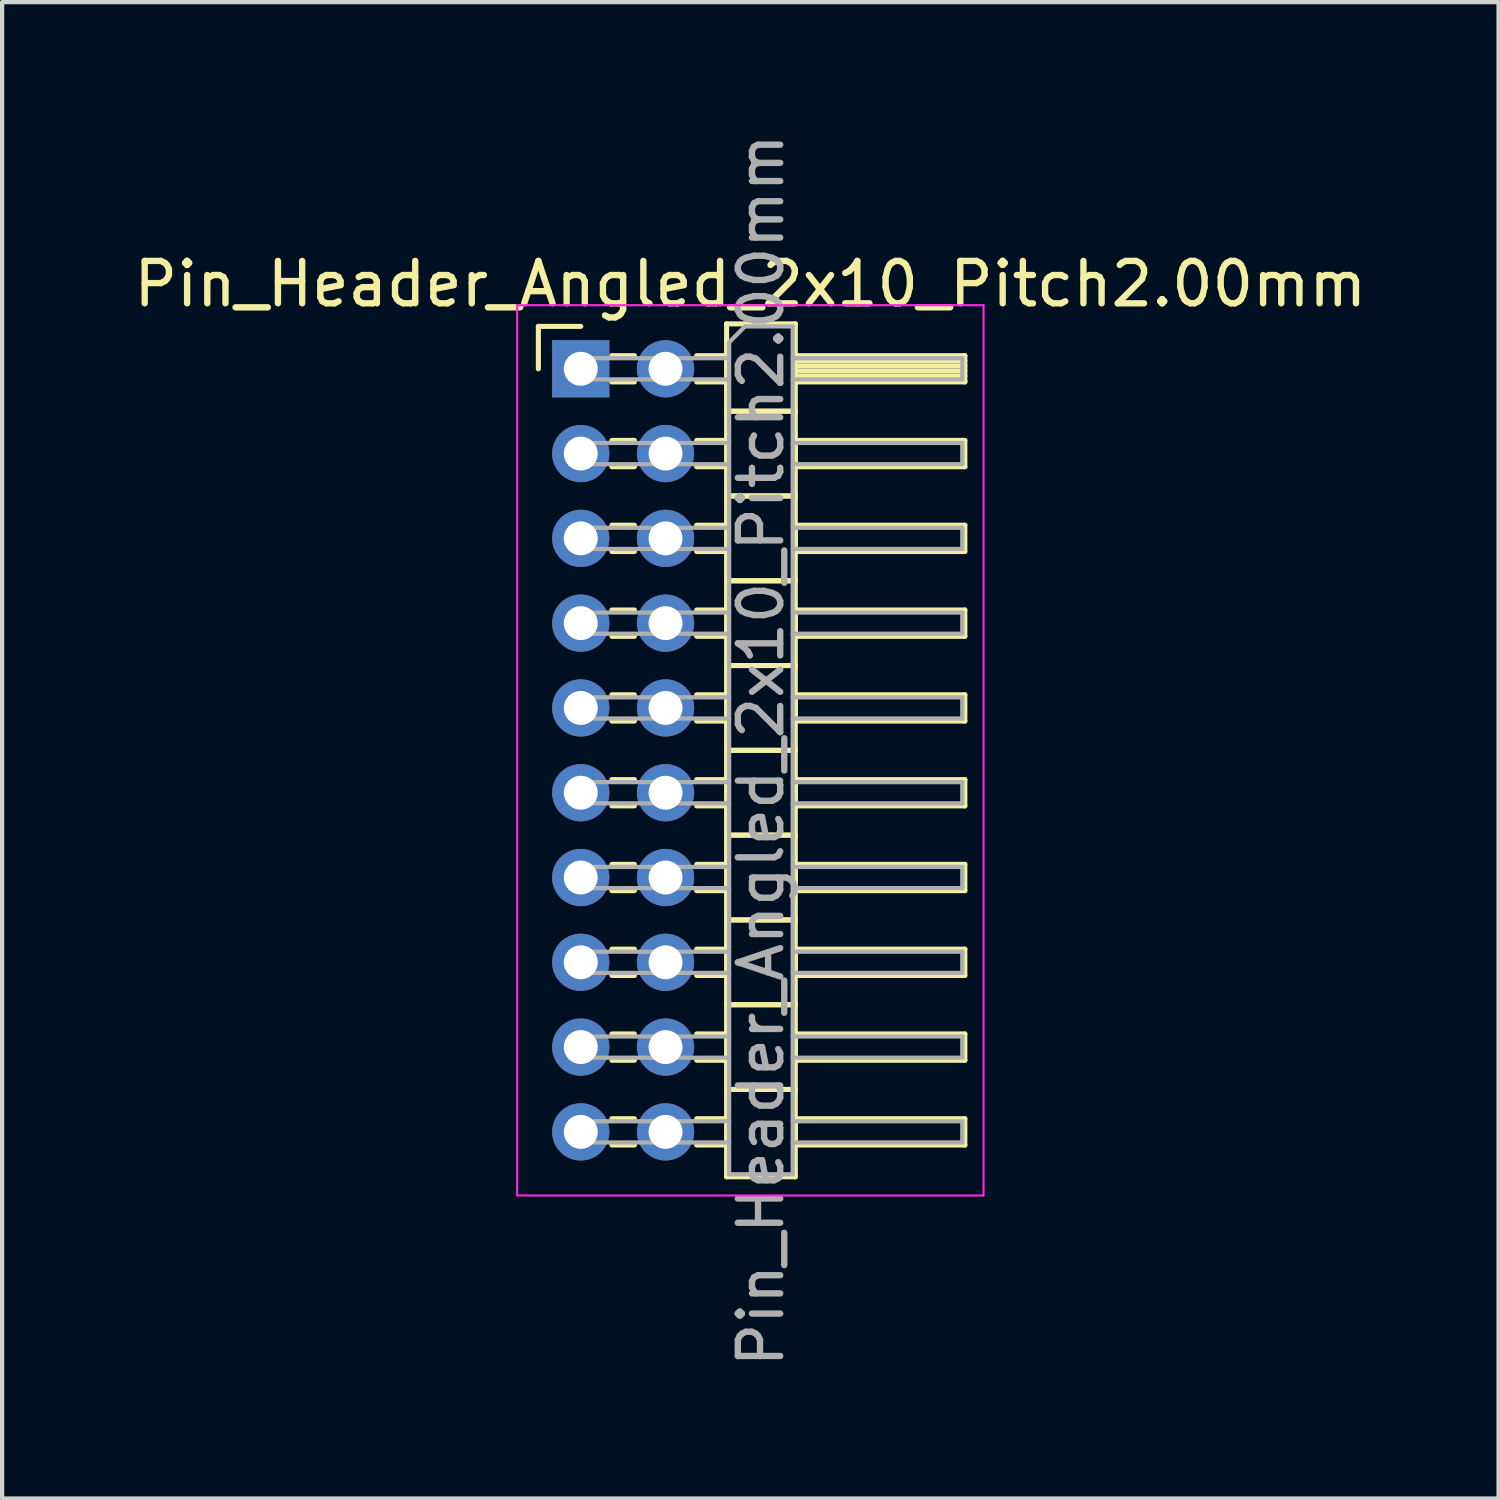
<source format=kicad_pcb>
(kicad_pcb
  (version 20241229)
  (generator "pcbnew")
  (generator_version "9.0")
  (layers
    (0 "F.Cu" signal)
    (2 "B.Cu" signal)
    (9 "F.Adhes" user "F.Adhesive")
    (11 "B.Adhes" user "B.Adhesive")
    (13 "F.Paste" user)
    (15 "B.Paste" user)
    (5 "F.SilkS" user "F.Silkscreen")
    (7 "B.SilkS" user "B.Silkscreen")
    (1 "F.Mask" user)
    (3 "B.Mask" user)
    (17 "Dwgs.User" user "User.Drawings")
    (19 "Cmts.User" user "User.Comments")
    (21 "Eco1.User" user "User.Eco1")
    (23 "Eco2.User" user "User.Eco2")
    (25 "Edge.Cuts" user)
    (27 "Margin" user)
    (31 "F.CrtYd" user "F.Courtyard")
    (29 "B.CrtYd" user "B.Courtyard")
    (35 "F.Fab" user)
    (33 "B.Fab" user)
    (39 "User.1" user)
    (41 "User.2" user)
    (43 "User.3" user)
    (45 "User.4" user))
  (footprint "Pin_Header_Angled_2x10_Pitch2.00mm"
    (layer "F.Cu")
    (at 10.649 5.649)
    (property "Reference" "Pin_Header_Angled_2x10_Pitch2.00mm" (at 4 -2 0) (layer "F.SilkS") (effects (font (size 1 1) (thickness 0.15))))
    (attr through_hole)
    (fp_line (start -1 -1) (end 0 -1) (stroke (width 0.12) (type solid)) (layer "F.SilkS"))
    (fp_line (start -1 0) (end -1 -1) (stroke (width 0.12) (type solid)) (layer "F.SilkS"))
    (fp_line (start 0.735 -0.31) (end 1.265 -0.31) (stroke (width 0.12) (type solid)) (layer "F.SilkS"))
    (fp_line (start 0.735 0.31) (end 1.265 0.31) (stroke (width 0.12) (type solid)) (layer "F.SilkS"))
    (fp_line (start 0.735 1.69) (end 1.265 1.69) (stroke (width 0.12) (type solid)) (layer "F.SilkS"))
    (fp_line (start 0.735 2.31) (end 1.265 2.31) (stroke (width 0.12) (type solid)) (layer "F.SilkS"))
    (fp_line (start 0.735 3.69) (end 1.265 3.69) (stroke (width 0.12) (type solid)) (layer "F.SilkS"))
    (fp_line (start 0.735 4.31) (end 1.265 4.31) (stroke (width 0.12) (type solid)) (layer "F.SilkS"))
    (fp_line (start 0.735 5.69) (end 1.265 5.69) (stroke (width 0.12) (type solid)) (layer "F.SilkS"))
    (fp_line (start 0.735 6.31) (end 1.265 6.31) (stroke (width 0.12) (type solid)) (layer "F.SilkS"))
    (fp_line (start 0.735 7.69) (end 1.265 7.69) (stroke (width 0.12) (type solid)) (layer "F.SilkS"))
    (fp_line (start 0.735 8.31) (end 1.265 8.31) (stroke (width 0.12) (type solid)) (layer "F.SilkS"))
    (fp_line (start 0.735 9.69) (end 1.265 9.69) (stroke (width 0.12) (type solid)) (layer "F.SilkS"))
    (fp_line (start 0.735 10.31) (end 1.265 10.31) (stroke (width 0.12) (type solid)) (layer "F.SilkS"))
    (fp_line (start 0.735 11.69) (end 1.265 11.69) (stroke (width 0.12) (type solid)) (layer "F.SilkS"))
    (fp_line (start 0.735 12.31) (end 1.265 12.31) (stroke (width 0.12) (type solid)) (layer "F.SilkS"))
    (fp_line (start 0.735 13.69) (end 1.265 13.69) (stroke (width 0.12) (type solid)) (layer "F.SilkS"))
    (fp_line (start 0.735 14.31) (end 1.265 14.31) (stroke (width 0.12) (type solid)) (layer "F.SilkS"))
    (fp_line (start 0.735 15.69) (end 1.265 15.69) (stroke (width 0.12) (type solid)) (layer "F.SilkS"))
    (fp_line (start 0.735 16.31) (end 1.265 16.31) (stroke (width 0.12) (type solid)) (layer "F.SilkS"))
    (fp_line (start 0.735 17.69) (end 1.265 17.69) (stroke (width 0.12) (type solid)) (layer "F.SilkS"))
    (fp_line (start 0.735 18.31) (end 1.265 18.31) (stroke (width 0.12) (type solid)) (layer "F.SilkS"))
    (fp_line (start 2.735 -0.31) (end 3.44 -0.31) (stroke (width 0.12) (type solid)) (layer "F.SilkS"))
    (fp_line (start 2.735 0.31) (end 3.44 0.31) (stroke (width 0.12) (type solid)) (layer "F.SilkS"))
    (fp_line (start 2.735 1.69) (end 3.44 1.69) (stroke (width 0.12) (type solid)) (layer "F.SilkS"))
    (fp_line (start 2.735 2.31) (end 3.44 2.31) (stroke (width 0.12) (type solid)) (layer "F.SilkS"))
    (fp_line (start 2.735 3.69) (end 3.44 3.69) (stroke (width 0.12) (type solid)) (layer "F.SilkS"))
    (fp_line (start 2.735 4.31) (end 3.44 4.31) (stroke (width 0.12) (type solid)) (layer "F.SilkS"))
    (fp_line (start 2.735 5.69) (end 3.44 5.69) (stroke (width 0.12) (type solid)) (layer "F.SilkS"))
    (fp_line (start 2.735 6.31) (end 3.44 6.31) (stroke (width 0.12) (type solid)) (layer "F.SilkS"))
    (fp_line (start 2.735 7.69) (end 3.44 7.69) (stroke (width 0.12) (type solid)) (layer "F.SilkS"))
    (fp_line (start 2.735 8.31) (end 3.44 8.31) (stroke (width 0.12) (type solid)) (layer "F.SilkS"))
    (fp_line (start 2.735 9.69) (end 3.44 9.69) (stroke (width 0.12) (type solid)) (layer "F.SilkS"))
    (fp_line (start 2.735 10.31) (end 3.44 10.31) (stroke (width 0.12) (type solid)) (layer "F.SilkS"))
    (fp_line (start 2.735 11.69) (end 3.44 11.69) (stroke (width 0.12) (type solid)) (layer "F.SilkS"))
    (fp_line (start 2.735 12.31) (end 3.44 12.31) (stroke (width 0.12) (type solid)) (layer "F.SilkS"))
    (fp_line (start 2.735 13.69) (end 3.44 13.69) (stroke (width 0.12) (type solid)) (layer "F.SilkS"))
    (fp_line (start 2.735 14.31) (end 3.44 14.31) (stroke (width 0.12) (type solid)) (layer "F.SilkS"))
    (fp_line (start 2.735 15.69) (end 3.44 15.69) (stroke (width 0.12) (type solid)) (layer "F.SilkS"))
    (fp_line (start 2.735 16.31) (end 3.44 16.31) (stroke (width 0.12) (type solid)) (layer "F.SilkS"))
    (fp_line (start 2.735 17.69) (end 3.44 17.69) (stroke (width 0.12) (type solid)) (layer "F.SilkS"))
    (fp_line (start 2.735 18.31) (end 3.44 18.31) (stroke (width 0.12) (type solid)) (layer "F.SilkS"))
    (fp_line (start 3.44 -1.06) (end 3.44 1) (stroke (width 0.12) (type solid)) (layer "F.SilkS"))
    (fp_line (start 3.44 1) (end 3.44 3) (stroke (width 0.12) (type solid)) (layer "F.SilkS"))
    (fp_line (start 3.44 1) (end 5.06 1) (stroke (width 0.12) (type solid)) (layer "F.SilkS"))
    (fp_line (start 3.44 3) (end 3.44 5) (stroke (width 0.12) (type solid)) (layer "F.SilkS"))
    (fp_line (start 3.44 3) (end 5.06 3) (stroke (width 0.12) (type solid)) (layer "F.SilkS"))
    (fp_line (start 3.44 5) (end 3.44 7) (stroke (width 0.12) (type solid)) (layer "F.SilkS"))
    (fp_line (start 3.44 5) (end 5.06 5) (stroke (width 0.12) (type solid)) (layer "F.SilkS"))
    (fp_line (start 3.44 7) (end 3.44 9) (stroke (width 0.12) (type solid)) (layer "F.SilkS"))
    (fp_line (start 3.44 7) (end 5.06 7) (stroke (width 0.12) (type solid)) (layer "F.SilkS"))
    (fp_line (start 3.44 9) (end 3.44 11) (stroke (width 0.12) (type solid)) (layer "F.SilkS"))
    (fp_line (start 3.44 9) (end 5.06 9) (stroke (width 0.12) (type solid)) (layer "F.SilkS"))
    (fp_line (start 3.44 11) (end 3.44 13) (stroke (width 0.12) (type solid)) (layer "F.SilkS"))
    (fp_line (start 3.44 11) (end 5.06 11) (stroke (width 0.12) (type solid)) (layer "F.SilkS"))
    (fp_line (start 3.44 13) (end 3.44 15) (stroke (width 0.12) (type solid)) (layer "F.SilkS"))
    (fp_line (start 3.44 13) (end 5.06 13) (stroke (width 0.12) (type solid)) (layer "F.SilkS"))
    (fp_line (start 3.44 15) (end 3.44 17) (stroke (width 0.12) (type solid)) (layer "F.SilkS"))
    (fp_line (start 3.44 15) (end 5.06 15) (stroke (width 0.12) (type solid)) (layer "F.SilkS"))
    (fp_line (start 3.44 17) (end 3.44 19.06) (stroke (width 0.12) (type solid)) (layer "F.SilkS"))
    (fp_line (start 3.44 17) (end 5.06 17) (stroke (width 0.12) (type solid)) (layer "F.SilkS"))
    (fp_line (start 3.44 19.06) (end 5.06 19.06) (stroke (width 0.12) (type solid)) (layer "F.SilkS"))
    (fp_line (start 5.06 -1.06) (end 3.44 -1.06) (stroke (width 0.12) (type solid)) (layer "F.SilkS"))
    (fp_line (start 5.06 -0.31) (end 5.06 0.31) (stroke (width 0.12) (type solid)) (layer "F.SilkS"))
    (fp_line (start 5.06 -0.19) (end 9.06 -0.19) (stroke (width 0.12) (type solid)) (layer "F.SilkS"))
    (fp_line (start 5.06 -0.07) (end 9.06 -0.07) (stroke (width 0.12) (type solid)) (layer "F.SilkS"))
    (fp_line (start 5.06 0.05) (end 9.06 0.05) (stroke (width 0.12) (type solid)) (layer "F.SilkS"))
    (fp_line (start 5.06 0.17) (end 9.06 0.17) (stroke (width 0.12) (type solid)) (layer "F.SilkS"))
    (fp_line (start 5.06 0.29) (end 9.06 0.29) (stroke (width 0.12) (type solid)) (layer "F.SilkS"))
    (fp_line (start 5.06 0.31) (end 9.06 0.31) (stroke (width 0.12) (type solid)) (layer "F.SilkS"))
    (fp_line (start 5.06 1) (end 3.44 1) (stroke (width 0.12) (type solid)) (layer "F.SilkS"))
    (fp_line (start 5.06 1) (end 5.06 -1.06) (stroke (width 0.12) (type solid)) (layer "F.SilkS"))
    (fp_line (start 5.06 1.69) (end 5.06 2.31) (stroke (width 0.12) (type solid)) (layer "F.SilkS"))
    (fp_line (start 5.06 2.31) (end 9.06 2.31) (stroke (width 0.12) (type solid)) (layer "F.SilkS"))
    (fp_line (start 5.06 3) (end 3.44 3) (stroke (width 0.12) (type solid)) (layer "F.SilkS"))
    (fp_line (start 5.06 3) (end 5.06 1) (stroke (width 0.12) (type solid)) (layer "F.SilkS"))
    (fp_line (start 5.06 3.69) (end 5.06 4.31) (stroke (width 0.12) (type solid)) (layer "F.SilkS"))
    (fp_line (start 5.06 4.31) (end 9.06 4.31) (stroke (width 0.12) (type solid)) (layer "F.SilkS"))
    (fp_line (start 5.06 5) (end 3.44 5) (stroke (width 0.12) (type solid)) (layer "F.SilkS"))
    (fp_line (start 5.06 5) (end 5.06 3) (stroke (width 0.12) (type solid)) (layer "F.SilkS"))
    (fp_line (start 5.06 5.69) (end 5.06 6.31) (stroke (width 0.12) (type solid)) (layer "F.SilkS"))
    (fp_line (start 5.06 6.31) (end 9.06 6.31) (stroke (width 0.12) (type solid)) (layer "F.SilkS"))
    (fp_line (start 5.06 7) (end 3.44 7) (stroke (width 0.12) (type solid)) (layer "F.SilkS"))
    (fp_line (start 5.06 7) (end 5.06 5) (stroke (width 0.12) (type solid)) (layer "F.SilkS"))
    (fp_line (start 5.06 7.69) (end 5.06 8.31) (stroke (width 0.12) (type solid)) (layer "F.SilkS"))
    (fp_line (start 5.06 8.31) (end 9.06 8.31) (stroke (width 0.12) (type solid)) (layer "F.SilkS"))
    (fp_line (start 5.06 9) (end 3.44 9) (stroke (width 0.12) (type solid)) (layer "F.SilkS"))
    (fp_line (start 5.06 9) (end 5.06 7) (stroke (width 0.12) (type solid)) (layer "F.SilkS"))
    (fp_line (start 5.06 9.69) (end 5.06 10.31) (stroke (width 0.12) (type solid)) (layer "F.SilkS"))
    (fp_line (start 5.06 10.31) (end 9.06 10.31) (stroke (width 0.12) (type solid)) (layer "F.SilkS"))
    (fp_line (start 5.06 11) (end 3.44 11) (stroke (width 0.12) (type solid)) (layer "F.SilkS"))
    (fp_line (start 5.06 11) (end 5.06 9) (stroke (width 0.12) (type solid)) (layer "F.SilkS"))
    (fp_line (start 5.06 11.69) (end 5.06 12.31) (stroke (width 0.12) (type solid)) (layer "F.SilkS"))
    (fp_line (start 5.06 12.31) (end 9.06 12.31) (stroke (width 0.12) (type solid)) (layer "F.SilkS"))
    (fp_line (start 5.06 13) (end 3.44 13) (stroke (width 0.12) (type solid)) (layer "F.SilkS"))
    (fp_line (start 5.06 13) (end 5.06 11) (stroke (width 0.12) (type solid)) (layer "F.SilkS"))
    (fp_line (start 5.06 13.69) (end 5.06 14.31) (stroke (width 0.12) (type solid)) (layer "F.SilkS"))
    (fp_line (start 5.06 14.31) (end 9.06 14.31) (stroke (width 0.12) (type solid)) (layer "F.SilkS"))
    (fp_line (start 5.06 15) (end 3.44 15) (stroke (width 0.12) (type solid)) (layer "F.SilkS"))
    (fp_line (start 5.06 15) (end 5.06 13) (stroke (width 0.12) (type solid)) (layer "F.SilkS"))
    (fp_line (start 5.06 15.69) (end 5.06 16.31) (stroke (width 0.12) (type solid)) (layer "F.SilkS"))
    (fp_line (start 5.06 16.31) (end 9.06 16.31) (stroke (width 0.12) (type solid)) (layer "F.SilkS"))
    (fp_line (start 5.06 17) (end 3.44 17) (stroke (width 0.12) (type solid)) (layer "F.SilkS"))
    (fp_line (start 5.06 17) (end 5.06 15) (stroke (width 0.12) (type solid)) (layer "F.SilkS"))
    (fp_line (start 5.06 17.69) (end 5.06 18.31) (stroke (width 0.12) (type solid)) (layer "F.SilkS"))
    (fp_line (start 5.06 18.31) (end 9.06 18.31) (stroke (width 0.12) (type solid)) (layer "F.SilkS"))
    (fp_line (start 5.06 19.06) (end 5.06 17) (stroke (width 0.12) (type solid)) (layer "F.SilkS"))
    (fp_line (start 9.06 -0.31) (end 5.06 -0.31) (stroke (width 0.12) (type solid)) (layer "F.SilkS"))
    (fp_line (start 9.06 0.31) (end 9.06 -0.31) (stroke (width 0.12) (type solid)) (layer "F.SilkS"))
    (fp_line (start 9.06 1.69) (end 5.06 1.69) (stroke (width 0.12) (type solid)) (layer "F.SilkS"))
    (fp_line (start 9.06 2.31) (end 9.06 1.69) (stroke (width 0.12) (type solid)) (layer "F.SilkS"))
    (fp_line (start 9.06 3.69) (end 5.06 3.69) (stroke (width 0.12) (type solid)) (layer "F.SilkS"))
    (fp_line (start 9.06 4.31) (end 9.06 3.69) (stroke (width 0.12) (type solid)) (layer "F.SilkS"))
    (fp_line (start 9.06 5.69) (end 5.06 5.69) (stroke (width 0.12) (type solid)) (layer "F.SilkS"))
    (fp_line (start 9.06 6.31) (end 9.06 5.69) (stroke (width 0.12) (type solid)) (layer "F.SilkS"))
    (fp_line (start 9.06 7.69) (end 5.06 7.69) (stroke (width 0.12) (type solid)) (layer "F.SilkS"))
    (fp_line (start 9.06 8.31) (end 9.06 7.69) (stroke (width 0.12) (type solid)) (layer "F.SilkS"))
    (fp_line (start 9.06 9.69) (end 5.06 9.69) (stroke (width 0.12) (type solid)) (layer "F.SilkS"))
    (fp_line (start 9.06 10.31) (end 9.06 9.69) (stroke (width 0.12) (type solid)) (layer "F.SilkS"))
    (fp_line (start 9.06 11.69) (end 5.06 11.69) (stroke (width 0.12) (type solid)) (layer "F.SilkS"))
    (fp_line (start 9.06 12.31) (end 9.06 11.69) (stroke (width 0.12) (type solid)) (layer "F.SilkS"))
    (fp_line (start 9.06 13.69) (end 5.06 13.69) (stroke (width 0.12) (type solid)) (layer "F.SilkS"))
    (fp_line (start 9.06 14.31) (end 9.06 13.69) (stroke (width 0.12) (type solid)) (layer "F.SilkS"))
    (fp_line (start 9.06 15.69) (end 5.06 15.69) (stroke (width 0.12) (type solid)) (layer "F.SilkS"))
    (fp_line (start 9.06 16.31) (end 9.06 15.69) (stroke (width 0.12) (type solid)) (layer "F.SilkS"))
    (fp_line (start 9.06 17.69) (end 5.06 17.69) (stroke (width 0.12) (type solid)) (layer "F.SilkS"))
    (fp_line (start 9.06 18.31) (end 9.06 17.69) (stroke (width 0.12) (type solid)) (layer "F.SilkS"))
    (fp_line (start -1.5 -1.5) (end -1.5 19.5) (stroke (width 0.05) (type solid)) (layer "F.CrtYd"))
    (fp_line (start -1.5 19.5) (end 9.5 19.5) (stroke (width 0.05) (type solid)) (layer "F.CrtYd"))
    (fp_line (start 9.5 -1.5) (end -1.5 -1.5) (stroke (width 0.05) (type solid)) (layer "F.CrtYd"))
    (fp_line (start 9.5 19.5) (end 9.5 -1.5) (stroke (width 0.05) (type solid)) (layer "F.CrtYd"))
    (fp_line (start -0.25 -0.25) (end -0.25 0.25) (stroke (width 0.1) (type solid)) (layer "F.Fab"))
    (fp_line (start -0.25 -0.25) (end 3.5 -0.25) (stroke (width 0.1) (type solid)) (layer "F.Fab"))
    (fp_line (start -0.25 0.25) (end 3.5 0.25) (stroke (width 0.1) (type solid)) (layer "F.Fab"))
    (fp_line (start -0.25 1.75) (end -0.25 2.25) (stroke (width 0.1) (type solid)) (layer "F.Fab"))
    (fp_line (start -0.25 1.75) (end 3.5 1.75) (stroke (width 0.1) (type solid)) (layer "F.Fab"))
    (fp_line (start -0.25 2.25) (end 3.5 2.25) (stroke (width 0.1) (type solid)) (layer "F.Fab"))
    (fp_line (start -0.25 3.75) (end -0.25 4.25) (stroke (width 0.1) (type solid)) (layer "F.Fab"))
    (fp_line (start -0.25 3.75) (end 3.5 3.75) (stroke (width 0.1) (type solid)) (layer "F.Fab"))
    (fp_line (start -0.25 4.25) (end 3.5 4.25) (stroke (width 0.1) (type solid)) (layer "F.Fab"))
    (fp_line (start -0.25 5.75) (end -0.25 6.25) (stroke (width 0.1) (type solid)) (layer "F.Fab"))
    (fp_line (start -0.25 5.75) (end 3.5 5.75) (stroke (width 0.1) (type solid)) (layer "F.Fab"))
    (fp_line (start -0.25 6.25) (end 3.5 6.25) (stroke (width 0.1) (type solid)) (layer "F.Fab"))
    (fp_line (start -0.25 7.75) (end -0.25 8.25) (stroke (width 0.1) (type solid)) (layer "F.Fab"))
    (fp_line (start -0.25 7.75) (end 3.5 7.75) (stroke (width 0.1) (type solid)) (layer "F.Fab"))
    (fp_line (start -0.25 8.25) (end 3.5 8.25) (stroke (width 0.1) (type solid)) (layer "F.Fab"))
    (fp_line (start -0.25 9.75) (end -0.25 10.25) (stroke (width 0.1) (type solid)) (layer "F.Fab"))
    (fp_line (start -0.25 9.75) (end 3.5 9.75) (stroke (width 0.1) (type solid)) (layer "F.Fab"))
    (fp_line (start -0.25 10.25) (end 3.5 10.25) (stroke (width 0.1) (type solid)) (layer "F.Fab"))
    (fp_line (start -0.25 11.75) (end -0.25 12.25) (stroke (width 0.1) (type solid)) (layer "F.Fab"))
    (fp_line (start -0.25 11.75) (end 3.5 11.75) (stroke (width 0.1) (type solid)) (layer "F.Fab"))
    (fp_line (start -0.25 12.25) (end 3.5 12.25) (stroke (width 0.1) (type solid)) (layer "F.Fab"))
    (fp_line (start -0.25 13.75) (end -0.25 14.25) (stroke (width 0.1) (type solid)) (layer "F.Fab"))
    (fp_line (start -0.25 13.75) (end 3.5 13.75) (stroke (width 0.1) (type solid)) (layer "F.Fab"))
    (fp_line (start -0.25 14.25) (end 3.5 14.25) (stroke (width 0.1) (type solid)) (layer "F.Fab"))
    (fp_line (start -0.25 15.75) (end -0.25 16.25) (stroke (width 0.1) (type solid)) (layer "F.Fab"))
    (fp_line (start -0.25 15.75) (end 3.5 15.75) (stroke (width 0.1) (type solid)) (layer "F.Fab"))
    (fp_line (start -0.25 16.25) (end 3.5 16.25) (stroke (width 0.1) (type solid)) (layer "F.Fab"))
    (fp_line (start -0.25 17.75) (end -0.25 18.25) (stroke (width 0.1) (type solid)) (layer "F.Fab"))
    (fp_line (start -0.25 17.75) (end 3.5 17.75) (stroke (width 0.1) (type solid)) (layer "F.Fab"))
    (fp_line (start -0.25 18.25) (end 3.5 18.25) (stroke (width 0.1) (type solid)) (layer "F.Fab"))
    (fp_line (start 3.5 -0.625) (end 3.875 -1) (stroke (width 0.1) (type solid)) (layer "F.Fab"))
    (fp_line (start 3.5 19) (end 3.5 -0.625) (stroke (width 0.1) (type solid)) (layer "F.Fab"))
    (fp_line (start 3.875 -1) (end 5 -1) (stroke (width 0.1) (type solid)) (layer "F.Fab"))
    (fp_line (start 5 -1) (end 5 19) (stroke (width 0.1) (type solid)) (layer "F.Fab"))
    (fp_line (start 5 -0.25) (end 9 -0.25) (stroke (width 0.1) (type solid)) (layer "F.Fab"))
    (fp_line (start 5 0.25) (end 9 0.25) (stroke (width 0.1) (type solid)) (layer "F.Fab"))
    (fp_line (start 5 1.75) (end 9 1.75) (stroke (width 0.1) (type solid)) (layer "F.Fab"))
    (fp_line (start 5 2.25) (end 9 2.25) (stroke (width 0.1) (type solid)) (layer "F.Fab"))
    (fp_line (start 5 3.75) (end 9 3.75) (stroke (width 0.1) (type solid)) (layer "F.Fab"))
    (fp_line (start 5 4.25) (end 9 4.25) (stroke (width 0.1) (type solid)) (layer "F.Fab"))
    (fp_line (start 5 5.75) (end 9 5.75) (stroke (width 0.1) (type solid)) (layer "F.Fab"))
    (fp_line (start 5 6.25) (end 9 6.25) (stroke (width 0.1) (type solid)) (layer "F.Fab"))
    (fp_line (start 5 7.75) (end 9 7.75) (stroke (width 0.1) (type solid)) (layer "F.Fab"))
    (fp_line (start 5 8.25) (end 9 8.25) (stroke (width 0.1) (type solid)) (layer "F.Fab"))
    (fp_line (start 5 9.75) (end 9 9.75) (stroke (width 0.1) (type solid)) (layer "F.Fab"))
    (fp_line (start 5 10.25) (end 9 10.25) (stroke (width 0.1) (type solid)) (layer "F.Fab"))
    (fp_line (start 5 11.75) (end 9 11.75) (stroke (width 0.1) (type solid)) (layer "F.Fab"))
    (fp_line (start 5 12.25) (end 9 12.25) (stroke (width 0.1) (type solid)) (layer "F.Fab"))
    (fp_line (start 5 13.75) (end 9 13.75) (stroke (width 0.1) (type solid)) (layer "F.Fab"))
    (fp_line (start 5 14.25) (end 9 14.25) (stroke (width 0.1) (type solid)) (layer "F.Fab"))
    (fp_line (start 5 15.75) (end 9 15.75) (stroke (width 0.1) (type solid)) (layer "F.Fab"))
    (fp_line (start 5 16.25) (end 9 16.25) (stroke (width 0.1) (type solid)) (layer "F.Fab"))
    (fp_line (start 5 17.75) (end 9 17.75) (stroke (width 0.1) (type solid)) (layer "F.Fab"))
    (fp_line (start 5 18.25) (end 9 18.25) (stroke (width 0.1) (type solid)) (layer "F.Fab"))
    (fp_line (start 5 19) (end 3.5 19) (stroke (width 0.1) (type solid)) (layer "F.Fab"))
    (fp_line (start 9 -0.25) (end 9 0.25) (stroke (width 0.1) (type solid)) (layer "F.Fab"))
    (fp_line (start 9 1.75) (end 9 2.25) (stroke (width 0.1) (type solid)) (layer "F.Fab"))
    (fp_line (start 9 3.75) (end 9 4.25) (stroke (width 0.1) (type solid)) (layer "F.Fab"))
    (fp_line (start 9 5.75) (end 9 6.25) (stroke (width 0.1) (type solid)) (layer "F.Fab"))
    (fp_line (start 9 7.75) (end 9 8.25) (stroke (width 0.1) (type solid)) (layer "F.Fab"))
    (fp_line (start 9 9.75) (end 9 10.25) (stroke (width 0.1) (type solid)) (layer "F.Fab"))
    (fp_line (start 9 11.75) (end 9 12.25) (stroke (width 0.1) (type solid)) (layer "F.Fab"))
    (fp_line (start 9 13.75) (end 9 14.25) (stroke (width 0.1) (type solid)) (layer "F.Fab"))
    (fp_line (start 9 15.75) (end 9 16.25) (stroke (width 0.1) (type solid)) (layer "F.Fab"))
    (fp_line (start 9 17.75) (end 9 18.25) (stroke (width 0.1) (type solid)) (layer "F.Fab"))
    (fp_text user "${REFERENCE}" (at 4.25 9 90) (layer "F.Fab") (effects (font (size 1 1) (thickness 0.15))))
    (pad "1" thru_hole rect (at 0 0) (size 1.35 1.35) (drill 0.8) (layers "*.Cu" "*.Mask"))
    (pad "2" thru_hole oval (at 2 0) (size 1.35 1.35) (drill 0.8) (layers "*.Cu" "*.Mask"))
    (pad "3" thru_hole oval (at 0 2) (size 1.35 1.35) (drill 0.8) (layers "*.Cu" "*.Mask"))
    (pad "4" thru_hole oval (at 2 2) (size 1.35 1.35) (drill 0.8) (layers "*.Cu" "*.Mask"))
    (pad "5" thru_hole oval (at 0 4) (size 1.35 1.35) (drill 0.8) (layers "*.Cu" "*.Mask"))
    (pad "6" thru_hole oval (at 2 4) (size 1.35 1.35) (drill 0.8) (layers "*.Cu" "*.Mask"))
    (pad "7" thru_hole oval (at 0 6) (size 1.35 1.35) (drill 0.8) (layers "*.Cu" "*.Mask"))
    (pad "8" thru_hole oval (at 2 6) (size 1.35 1.35) (drill 0.8) (layers "*.Cu" "*.Mask"))
    (pad "9" thru_hole oval (at 0 8) (size 1.35 1.35) (drill 0.8) (layers "*.Cu" "*.Mask"))
    (pad "10" thru_hole oval (at 2 8) (size 1.35 1.35) (drill 0.8) (layers "*.Cu" "*.Mask"))
    (pad "11" thru_hole oval (at 0 10) (size 1.35 1.35) (drill 0.8) (layers "*.Cu" "*.Mask"))
    (pad "12" thru_hole oval (at 2 10) (size 1.35 1.35) (drill 0.8) (layers "*.Cu" "*.Mask"))
    (pad "13" thru_hole oval (at 0 12) (size 1.35 1.35) (drill 0.8) (layers "*.Cu" "*.Mask"))
    (pad "14" thru_hole oval (at 2 12) (size 1.35 1.35) (drill 0.8) (layers "*.Cu" "*.Mask"))
    (pad "15" thru_hole oval (at 0 14) (size 1.35 1.35) (drill 0.8) (layers "*.Cu" "*.Mask"))
    (pad "16" thru_hole oval (at 2 14) (size 1.35 1.35) (drill 0.8) (layers "*.Cu" "*.Mask"))
    (pad "17" thru_hole oval (at 0 16) (size 1.35 1.35) (drill 0.8) (layers "*.Cu" "*.Mask"))
    (pad "18" thru_hole oval (at 2 16) (size 1.35 1.35) (drill 0.8) (layers "*.Cu" "*.Mask"))
    (pad "19" thru_hole oval (at 0 18) (size 1.35 1.35) (drill 0.8) (layers "*.Cu" "*.Mask"))
    (pad "20" thru_hole oval (at 2 18) (size 1.35 1.35) (drill 0.8) (layers "*.Cu" "*.Mask")))
  (gr_rect
    (start -3 -3)
    (end 32.298 32.298)
    (stroke (width 0.1) (type default))
    (fill no)
    (layer "Edge.Cuts")))
</source>
